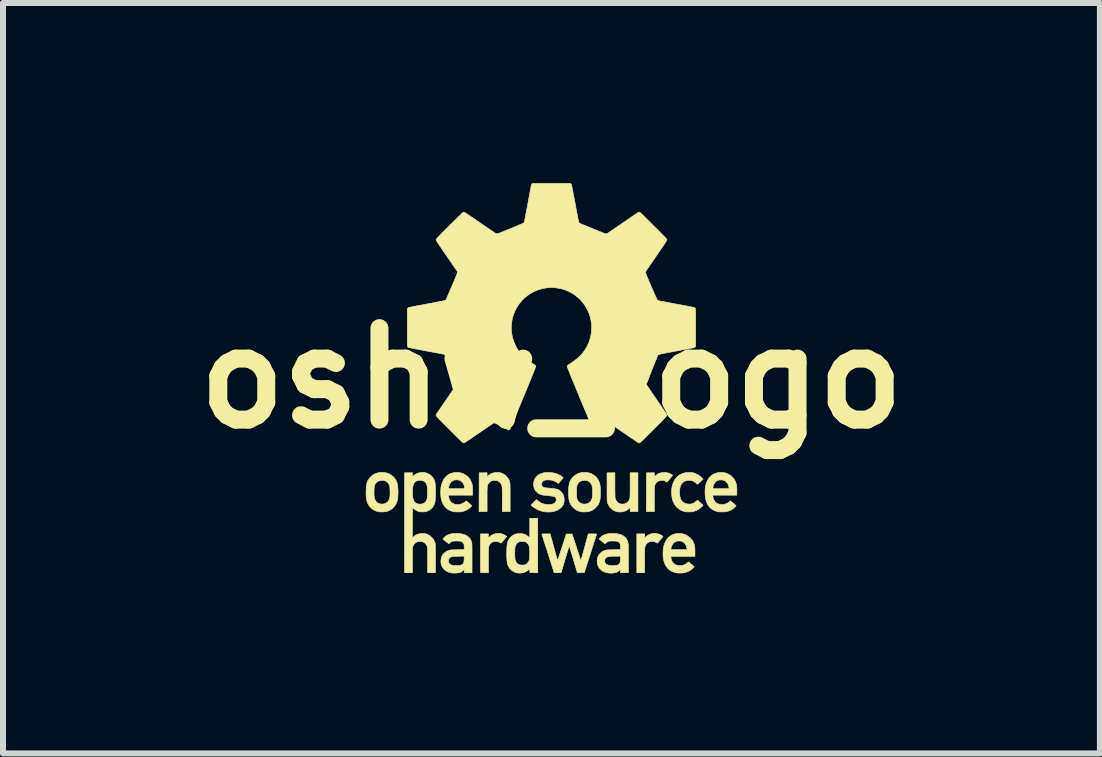
<source format=kicad_pcb>
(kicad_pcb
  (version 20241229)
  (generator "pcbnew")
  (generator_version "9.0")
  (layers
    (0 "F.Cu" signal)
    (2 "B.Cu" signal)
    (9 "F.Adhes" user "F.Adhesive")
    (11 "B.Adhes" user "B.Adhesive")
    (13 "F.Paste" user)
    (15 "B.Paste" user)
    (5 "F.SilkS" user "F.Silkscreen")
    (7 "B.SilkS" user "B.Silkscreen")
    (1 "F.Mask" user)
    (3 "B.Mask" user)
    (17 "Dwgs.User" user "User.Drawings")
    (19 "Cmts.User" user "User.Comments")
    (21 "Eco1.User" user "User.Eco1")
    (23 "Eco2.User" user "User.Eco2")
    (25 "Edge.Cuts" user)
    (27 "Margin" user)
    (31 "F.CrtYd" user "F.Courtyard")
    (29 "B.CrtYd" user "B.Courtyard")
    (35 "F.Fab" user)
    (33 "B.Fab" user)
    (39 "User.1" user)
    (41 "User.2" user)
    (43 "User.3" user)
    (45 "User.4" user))
  (footprint "oshw_logo"
    (layer "F.Cu")
    (at 6.14 3.253)
    (property "Reference" "oshw_logo" (at 0 0 0) (layer "F.SilkS") (effects (font (size 1.524 1.524) (thickness 0.3))))
    (attr through_hole)
    (fp_poly (pts (xy 1.75 2.589) (xy 1.769 2.592) (xy 1.772 2.592) (xy 1.789 2.598) (xy 1.808 2.605) (xy 1.826 2.614) (xy 1.841 2.623) (xy 1.848 2.629) (xy 1.859 2.637) (xy 1.816 2.688) (xy 1.803 2.703) (xy 1.791 2.718) (xy 1.781 2.73) (xy 1.773 2.739) (xy 1.769 2.744) (xy 1.769 2.744) (xy 1.765 2.747) (xy 1.762 2.748) (xy 1.757 2.745) (xy 1.748 2.74) (xy 1.746 2.739) (xy 1.722 2.726) (xy 1.695 2.719) (xy 1.668 2.719) (xy 1.641 2.724) (xy 1.62 2.732) (xy 1.597 2.747) (xy 1.579 2.765) (xy 1.566 2.788) (xy 1.557 2.815) (xy 1.556 2.823) (xy 1.555 2.831) (xy 1.555 2.844) (xy 1.554 2.864) (xy 1.554 2.888) (xy 1.553 2.918) (xy 1.553 2.952) (xy 1.553 2.99) (xy 1.553 3.032) (xy 1.553 3.042) (xy 1.553 3.242) (xy 1.422 3.242) (xy 1.422 2.594) (xy 1.553 2.594) (xy 1.553 2.661) (xy 1.573 2.642) (xy 1.594 2.626) (xy 1.618 2.611) (xy 1.645 2.599) (xy 1.665 2.592) (xy 1.683 2.589) (xy 1.705 2.587) (xy 1.728 2.587) (xy 1.75 2.589)) (stroke (width 0.01) (type solid)) (fill yes) (layer "F.SilkS"))
    (fp_poly (pts (xy 1.906 1.571) (xy 1.942 1.578) (xy 1.976 1.591) (xy 2.009 1.611) (xy 2.019 1.618) (xy 2.017 1.621) (xy 2.012 1.627) (xy 2.004 1.637) (xy 1.995 1.649) (xy 1.983 1.662) (xy 1.971 1.677) (xy 1.959 1.691) (xy 1.948 1.704) (xy 1.938 1.715) (xy 1.93 1.724) (xy 1.925 1.729) (xy 1.924 1.73) (xy 1.92 1.729) (xy 1.912 1.725) (xy 1.906 1.721) (xy 1.888 1.711) (xy 1.871 1.705) (xy 1.852 1.702) (xy 1.831 1.703) (xy 1.802 1.707) (xy 1.777 1.716) (xy 1.756 1.73) (xy 1.739 1.749) (xy 1.726 1.772) (xy 1.719 1.793) (xy 1.718 1.797) (xy 1.717 1.804) (xy 1.717 1.812) (xy 1.716 1.822) (xy 1.716 1.835) (xy 1.715 1.852) (xy 1.715 1.872) (xy 1.715 1.897) (xy 1.715 1.927) (xy 1.715 1.961) (xy 1.715 2.002) (xy 1.714 2.017) (xy 1.714 2.223) (xy 1.581 2.223) (xy 1.582 1.899) (xy 1.583 1.576) (xy 1.649 1.576) (xy 1.714 1.575) (xy 1.714 1.642) (xy 1.734 1.624) (xy 1.762 1.602) (xy 1.792 1.586) (xy 1.825 1.576) (xy 1.861 1.57) (xy 1.868 1.57) (xy 1.906 1.571)) (stroke (width 0.01) (type solid)) (fill yes) (layer "F.SilkS"))
    (fp_poly (pts (xy -0.87 2.587) (xy -0.847 2.589) (xy -0.832 2.592) (xy -0.817 2.597) (xy -0.799 2.605) (xy -0.782 2.613) (xy -0.766 2.622) (xy -0.754 2.63) (xy -0.745 2.637) (xy -0.791 2.691) (xy -0.804 2.707) (xy -0.816 2.721) (xy -0.826 2.733) (xy -0.833 2.742) (xy -0.837 2.747) (xy -0.838 2.747) (xy -0.842 2.747) (xy -0.849 2.744) (xy -0.858 2.739) (xy -0.882 2.727) (xy -0.907 2.72) (xy -0.933 2.719) (xy -0.958 2.722) (xy -0.982 2.73) (xy -1.003 2.743) (xy -1.021 2.76) (xy -1.033 2.777) (xy -1.036 2.784) (xy -1.039 2.79) (xy -1.042 2.796) (xy -1.044 2.804) (xy -1.046 2.812) (xy -1.047 2.822) (xy -1.048 2.834) (xy -1.049 2.849) (xy -1.05 2.867) (xy -1.05 2.889) (xy -1.051 2.915) (xy -1.051 2.946) (xy -1.051 2.982) (xy -1.051 3.024) (xy -1.051 3.038) (xy -1.051 3.242) (xy -1.115 3.242) (xy -1.135 3.242) (xy -1.153 3.241) (xy -1.167 3.241) (xy -1.177 3.24) (xy -1.182 3.24) (xy -1.182 3.24) (xy -1.182 3.236) (xy -1.183 3.227) (xy -1.183 3.212) (xy -1.183 3.192) (xy -1.183 3.168) (xy -1.184 3.139) (xy -1.184 3.106) (xy -1.184 3.07) (xy -1.184 3.031) (xy -1.184 2.99) (xy -1.184 2.947) (xy -1.184 2.916) (xy -1.184 2.594) (xy -1.051 2.594) (xy -1.051 2.661) (xy -1.029 2.641) (xy -1.001 2.619) (xy -0.97 2.603) (xy -0.938 2.592) (xy -0.918 2.589) (xy -0.894 2.587) (xy -0.87 2.587)) (stroke (width 0.01) (type solid)) (fill yes) (layer "F.SilkS"))
    (fp_poly (pts (xy 1.057 1.776) (xy 1.057 1.819) (xy 1.057 1.858) (xy 1.058 1.892) (xy 1.058 1.923) (xy 1.059 1.948) (xy 1.059 1.969) (xy 1.06 1.984) (xy 1.06 1.993) (xy 1.061 1.994) (xy 1.069 2.022) (xy 1.082 2.046) (xy 1.1 2.066) (xy 1.121 2.082) (xy 1.147 2.093) (xy 1.161 2.096) (xy 1.189 2.098) (xy 1.216 2.094) (xy 1.241 2.085) (xy 1.264 2.07) (xy 1.272 2.062) (xy 1.286 2.046) (xy 1.296 2.028) (xy 1.304 2.008) (xy 1.308 1.985) (xy 1.309 1.978) (xy 1.309 1.965) (xy 1.31 1.947) (xy 1.31 1.925) (xy 1.31 1.899) (xy 1.311 1.869) (xy 1.311 1.837) (xy 1.311 1.802) (xy 1.311 1.769) (xy 1.311 1.575) (xy 1.441 1.575) (xy 1.441 2.223) (xy 1.311 2.223) (xy 1.311 2.155) (xy 1.291 2.174) (xy 1.262 2.196) (xy 1.232 2.212) (xy 1.199 2.223) (xy 1.162 2.228) (xy 1.143 2.229) (xy 1.127 2.228) (xy 1.11 2.227) (xy 1.096 2.225) (xy 1.091 2.224) (xy 1.079 2.22) (xy 1.064 2.215) (xy 1.049 2.208) (xy 1.045 2.206) (xy 1.019 2.191) (xy 0.995 2.171) (xy 0.973 2.147) (xy 0.955 2.122) (xy 0.95 2.112) (xy 0.946 2.103) (xy 0.942 2.095) (xy 0.938 2.087) (xy 0.936 2.08) (xy 0.933 2.071) (xy 0.931 2.061) (xy 0.93 2.05) (xy 0.928 2.037) (xy 0.927 2.021) (xy 0.927 2.002) (xy 0.926 1.979) (xy 0.926 1.953) (xy 0.926 1.922) (xy 0.926 1.886) (xy 0.926 1.844) (xy 0.926 1.807) (xy 0.926 1.576) (xy 0.991 1.576) (xy 1.057 1.575) (xy 1.057 1.776)) (stroke (width 0.01) (type solid)) (fill yes) (layer "F.SilkS"))
    (fp_poly (pts (xy -0.891 1.569) (xy -0.855 1.575) (xy -0.82 1.586) (xy -0.788 1.603) (xy -0.76 1.625) (xy -0.736 1.651) (xy -0.716 1.681) (xy -0.709 1.694) (xy -0.706 1.702) (xy -0.702 1.709) (xy -0.7 1.717) (xy -0.697 1.725) (xy -0.695 1.733) (xy -0.694 1.744) (xy -0.692 1.755) (xy -0.691 1.77) (xy -0.69 1.787) (xy -0.69 1.807) (xy -0.689 1.831) (xy -0.689 1.86) (xy -0.689 1.893) (xy -0.689 1.931) (xy -0.689 1.975) (xy -0.689 1.994) (xy -0.689 2.223) (xy -0.819 2.223) (xy -0.819 2.03) (xy -0.819 1.994) (xy -0.819 1.961) (xy -0.82 1.929) (xy -0.82 1.899) (xy -0.82 1.873) (xy -0.821 1.851) (xy -0.821 1.833) (xy -0.822 1.82) (xy -0.822 1.813) (xy -0.829 1.784) (xy -0.841 1.759) (xy -0.857 1.737) (xy -0.878 1.72) (xy -0.891 1.713) (xy -0.899 1.709) (xy -0.907 1.706) (xy -0.915 1.704) (xy -0.926 1.704) (xy -0.94 1.703) (xy -0.946 1.703) (xy -0.963 1.704) (xy -0.974 1.704) (xy -0.983 1.705) (xy -0.991 1.708) (xy -1 1.711) (xy -1.001 1.712) (xy -1.022 1.725) (xy -1.041 1.742) (xy -1.055 1.761) (xy -1.055 1.762) (xy -1.059 1.768) (xy -1.062 1.775) (xy -1.064 1.781) (xy -1.066 1.789) (xy -1.068 1.798) (xy -1.069 1.808) (xy -1.071 1.821) (xy -1.071 1.837) (xy -1.072 1.856) (xy -1.073 1.879) (xy -1.073 1.906) (xy -1.073 1.939) (xy -1.073 1.976) (xy -1.073 2.019) (xy -1.073 2.022) (xy -1.073 2.223) (xy -1.207 2.223) (xy -1.206 1.899) (xy -1.205 1.576) (xy -1.139 1.576) (xy -1.073 1.575) (xy -1.073 1.645) (xy -1.062 1.632) (xy -1.04 1.612) (xy -1.013 1.595) (xy -0.983 1.582) (xy -0.951 1.574) (xy -0.918 1.569) (xy -0.891 1.569)) (stroke (width 0.01) (type solid)) (fill yes) (layer "F.SilkS"))
    (fp_poly (pts (xy 2.315 1.571) (xy 2.332 1.571) (xy 2.345 1.573) (xy 2.358 1.575) (xy 2.367 1.577) (xy 2.404 1.591) (xy 2.441 1.609) (xy 2.476 1.633) (xy 2.508 1.661) (xy 2.509 1.663) (xy 2.528 1.682) (xy 2.431 1.768) (xy 2.409 1.748) (xy 2.385 1.728) (xy 2.36 1.714) (xy 2.334 1.705) (xy 2.305 1.702) (xy 2.297 1.702) (xy 2.263 1.704) (xy 2.234 1.711) (xy 2.209 1.722) (xy 2.187 1.739) (xy 2.182 1.744) (xy 2.166 1.764) (xy 2.154 1.785) (xy 2.145 1.81) (xy 2.139 1.839) (xy 2.135 1.873) (xy 2.135 1.886) (xy 2.135 1.929) (xy 2.139 1.966) (xy 2.148 2) (xy 2.161 2.028) (xy 2.178 2.051) (xy 2.196 2.068) (xy 2.216 2.08) (xy 2.239 2.089) (xy 2.267 2.095) (xy 2.274 2.096) (xy 2.306 2.098) (xy 2.337 2.093) (xy 2.366 2.082) (xy 2.394 2.065) (xy 2.411 2.051) (xy 2.432 2.031) (xy 2.477 2.072) (xy 2.492 2.085) (xy 2.504 2.096) (xy 2.515 2.105) (xy 2.522 2.112) (xy 2.526 2.115) (xy 2.526 2.115) (xy 2.525 2.119) (xy 2.52 2.125) (xy 2.512 2.134) (xy 2.501 2.145) (xy 2.487 2.157) (xy 2.472 2.169) (xy 2.472 2.169) (xy 2.442 2.189) (xy 2.411 2.205) (xy 2.378 2.218) (xy 2.367 2.221) (xy 2.357 2.224) (xy 2.346 2.225) (xy 2.334 2.227) (xy 2.318 2.227) (xy 2.3 2.228) (xy 2.275 2.228) (xy 2.255 2.227) (xy 2.24 2.226) (xy 2.229 2.224) (xy 2.187 2.212) (xy 2.149 2.195) (xy 2.115 2.173) (xy 2.085 2.146) (xy 2.06 2.115) (xy 2.043 2.087) (xy 2.025 2.048) (xy 2.013 2.005) (xy 2.005 1.96) (xy 2.001 1.912) (xy 2.003 1.863) (xy 2.003 1.854) (xy 2.008 1.816) (xy 2.016 1.783) (xy 2.026 1.751) (xy 2.04 1.719) (xy 2.04 1.718) (xy 2.048 1.702) (xy 2.055 1.69) (xy 2.062 1.68) (xy 2.071 1.67) (xy 2.082 1.658) (xy 2.091 1.649) (xy 2.104 1.636) (xy 2.115 1.626) (xy 2.125 1.618) (xy 2.135 1.611) (xy 2.148 1.605) (xy 2.156 1.601) (xy 2.182 1.589) (xy 2.206 1.58) (xy 2.23 1.575) (xy 2.256 1.572) (xy 2.286 1.57) (xy 2.294 1.57) (xy 2.315 1.571)) (stroke (width 0.01) (type solid)) (fill yes) (layer "F.SilkS"))
    (fp_poly (pts (xy 2.175 2.591) (xy 2.213 2.6) (xy 2.248 2.615) (xy 2.281 2.635) (xy 2.31 2.659) (xy 2.336 2.687) (xy 2.357 2.719) (xy 2.371 2.75) (xy 2.377 2.766) (xy 2.382 2.781) (xy 2.385 2.797) (xy 2.388 2.814) (xy 2.389 2.833) (xy 2.39 2.856) (xy 2.391 2.884) (xy 2.391 2.895) (xy 2.391 2.969) (xy 1.991 2.969) (xy 1.991 2.979) (xy 1.992 2.994) (xy 1.996 3.012) (xy 2.001 3.031) (xy 2.007 3.046) (xy 2.008 3.048) (xy 2.024 3.072) (xy 2.044 3.092) (xy 2.068 3.107) (xy 2.095 3.117) (xy 2.126 3.122) (xy 2.143 3.122) (xy 2.177 3.119) (xy 2.21 3.11) (xy 2.241 3.094) (xy 2.266 3.076) (xy 2.285 3.061) (xy 2.326 3.096) (xy 2.344 3.111) (xy 2.357 3.123) (xy 2.367 3.131) (xy 2.373 3.137) (xy 2.375 3.142) (xy 2.376 3.146) (xy 2.373 3.15) (xy 2.369 3.154) (xy 2.363 3.16) (xy 2.362 3.161) (xy 2.336 3.184) (xy 2.305 3.205) (xy 2.271 3.222) (xy 2.237 3.235) (xy 2.216 3.241) (xy 2.201 3.243) (xy 2.182 3.245) (xy 2.161 3.246) (xy 2.139 3.247) (xy 2.119 3.246) (xy 2.102 3.245) (xy 2.097 3.245) (xy 2.056 3.237) (xy 2.019 3.224) (xy 1.985 3.207) (xy 1.955 3.184) (xy 1.945 3.176) (xy 1.923 3.15) (xy 1.903 3.122) (xy 1.888 3.089) (xy 1.875 3.052) (xy 1.865 3.009) (xy 1.865 3.007) (xy 1.862 2.986) (xy 1.86 2.962) (xy 1.859 2.934) (xy 1.859 2.906) (xy 1.86 2.878) (xy 1.862 2.857) (xy 1.99 2.857) (xy 2.261 2.857) (xy 2.259 2.844) (xy 2.252 2.81) (xy 2.241 2.781) (xy 2.227 2.758) (xy 2.208 2.739) (xy 2.186 2.725) (xy 2.164 2.716) (xy 2.143 2.712) (xy 2.12 2.712) (xy 2.097 2.714) (xy 2.077 2.719) (xy 2.069 2.722) (xy 2.046 2.736) (xy 2.026 2.755) (xy 2.01 2.779) (xy 1.999 2.806) (xy 1.992 2.837) (xy 1.992 2.839) (xy 1.99 2.857) (xy 1.862 2.857) (xy 1.862 2.853) (xy 1.865 2.832) (xy 1.875 2.785) (xy 1.89 2.744) (xy 1.908 2.707) (xy 1.931 2.674) (xy 1.957 2.647) (xy 1.988 2.624) (xy 2.021 2.607) (xy 2.059 2.594) (xy 2.096 2.588) (xy 2.136 2.586) (xy 2.175 2.591)) (stroke (width 0.01) (type solid)) (fill yes) (layer "F.SilkS"))
    (fp_poly (pts (xy -0.229 3.242) (xy -0.294 3.241) (xy -0.36 3.24) (xy -0.361 3.209) (xy -0.362 3.178) (xy -0.383 3.195) (xy -0.408 3.213) (xy -0.435 3.227) (xy -0.462 3.238) (xy -0.468 3.24) (xy -0.487 3.244) (xy -0.508 3.246) (xy -0.531 3.247) (xy -0.553 3.246) (xy -0.571 3.244) (xy -0.572 3.244) (xy -0.606 3.233) (xy -0.638 3.218) (xy -0.666 3.198) (xy -0.691 3.174) (xy -0.711 3.146) (xy -0.726 3.115) (xy -0.735 3.087) (xy -0.738 3.067) (xy -0.741 3.042) (xy -0.743 3.013) (xy -0.745 2.981) (xy -0.746 2.947) (xy -0.746 2.912) (xy -0.746 2.911) (xy -0.612 2.911) (xy -0.612 2.936) (xy -0.611 2.96) (xy -0.61 2.983) (xy -0.609 3.002) (xy -0.607 3.016) (xy -0.606 3.023) (xy -0.596 3.051) (xy -0.583 3.073) (xy -0.567 3.091) (xy -0.548 3.103) (xy -0.525 3.111) (xy -0.497 3.114) (xy -0.489 3.114) (xy -0.472 3.114) (xy -0.456 3.112) (xy -0.444 3.11) (xy -0.422 3.1) (xy -0.403 3.086) (xy -0.388 3.066) (xy -0.386 3.063) (xy -0.379 3.05) (xy -0.374 3.038) (xy -0.37 3.025) (xy -0.367 3.011) (xy -0.365 2.993) (xy -0.364 2.973) (xy -0.363 2.947) (xy -0.363 2.93) (xy -0.362 2.893) (xy -0.364 2.86) (xy -0.366 2.833) (xy -0.37 2.81) (xy -0.376 2.79) (xy -0.383 2.774) (xy -0.393 2.76) (xy -0.404 2.747) (xy -0.405 2.747) (xy -0.419 2.735) (xy -0.434 2.727) (xy -0.449 2.722) (xy -0.469 2.72) (xy -0.489 2.72) (xy -0.507 2.72) (xy -0.52 2.721) (xy -0.531 2.724) (xy -0.54 2.727) (xy -0.561 2.738) (xy -0.579 2.755) (xy -0.593 2.777) (xy -0.603 2.804) (xy -0.606 2.812) (xy -0.608 2.824) (xy -0.609 2.841) (xy -0.611 2.862) (xy -0.611 2.885) (xy -0.612 2.911) (xy -0.746 2.911) (xy -0.745 2.877) (xy -0.744 2.844) (xy -0.743 2.813) (xy -0.74 2.785) (xy -0.737 2.761) (xy -0.734 2.742) (xy -0.733 2.742) (xy -0.722 2.709) (xy -0.705 2.678) (xy -0.682 2.651) (xy -0.656 2.627) (xy -0.625 2.608) (xy -0.623 2.607) (xy -0.598 2.597) (xy -0.569 2.591) (xy -0.538 2.588) (xy -0.527 2.587) (xy -0.497 2.589) (xy -0.469 2.594) (xy -0.442 2.604) (xy -0.416 2.618) (xy -0.389 2.637) (xy -0.362 2.658) (xy -0.362 2.334) (xy -0.229 2.334) (xy -0.229 3.242)) (stroke (width 0.01) (type solid)) (fill yes) (layer "F.SilkS"))
    (fp_poly (pts (xy -1.562 1.569) (xy -1.522 1.575) (xy -1.483 1.586) (xy -1.448 1.603) (xy -1.415 1.624) (xy -1.387 1.65) (xy -1.362 1.68) (xy -1.342 1.714) (xy -1.328 1.749) (xy -1.324 1.764) (xy -1.32 1.777) (xy -1.318 1.791) (xy -1.316 1.807) (xy -1.315 1.826) (xy -1.315 1.849) (xy -1.314 1.877) (xy -1.314 1.879) (xy -1.314 1.949) (xy -1.714 1.949) (xy -1.714 1.96) (xy -1.714 1.968) (xy -1.712 1.98) (xy -1.71 1.992) (xy -1.701 2.022) (xy -1.687 2.047) (xy -1.669 2.069) (xy -1.646 2.085) (xy -1.62 2.097) (xy -1.59 2.103) (xy -1.564 2.105) (xy -1.531 2.102) (xy -1.5 2.094) (xy -1.47 2.08) (xy -1.443 2.062) (xy -1.439 2.059) (xy -1.431 2.052) (xy -1.424 2.047) (xy -1.421 2.045) (xy -1.421 2.045) (xy -1.418 2.047) (xy -1.411 2.052) (xy -1.401 2.06) (xy -1.39 2.07) (xy -1.377 2.081) (xy -1.364 2.092) (xy -1.352 2.103) (xy -1.341 2.112) (xy -1.333 2.119) (xy -1.328 2.124) (xy -1.328 2.125) (xy -1.329 2.128) (xy -1.335 2.135) (xy -1.344 2.144) (xy -1.354 2.154) (xy -1.366 2.164) (xy -1.379 2.173) (xy -1.389 2.181) (xy -1.423 2.2) (xy -1.46 2.215) (xy -1.489 2.223) (xy -1.507 2.226) (xy -1.529 2.228) (xy -1.554 2.228) (xy -1.579 2.228) (xy -1.603 2.227) (xy -1.623 2.225) (xy -1.629 2.224) (xy -1.669 2.213) (xy -1.706 2.198) (xy -1.738 2.177) (xy -1.766 2.152) (xy -1.79 2.122) (xy -1.81 2.088) (xy -1.826 2.048) (xy -1.838 2.004) (xy -1.841 1.99) (xy -1.843 1.97) (xy -1.845 1.945) (xy -1.846 1.918) (xy -1.846 1.889) (xy -1.845 1.861) (xy -1.844 1.841) (xy -1.715 1.841) (xy -1.445 1.841) (xy -1.447 1.826) (xy -1.453 1.794) (xy -1.464 1.765) (xy -1.479 1.741) (xy -1.497 1.722) (xy -1.52 1.707) (xy -1.547 1.697) (xy -1.556 1.695) (xy -1.585 1.693) (xy -1.613 1.696) (xy -1.638 1.705) (xy -1.66 1.719) (xy -1.679 1.738) (xy -1.695 1.761) (xy -1.706 1.788) (xy -1.713 1.818) (xy -1.713 1.822) (xy -1.715 1.841) (xy -1.844 1.841) (xy -1.843 1.836) (xy -1.841 1.814) (xy -1.84 1.811) (xy -1.832 1.777) (xy -1.822 1.743) (xy -1.809 1.712) (xy -1.8 1.694) (xy -1.788 1.676) (xy -1.773 1.657) (xy -1.756 1.638) (xy -1.737 1.621) (xy -1.72 1.608) (xy -1.713 1.604) (xy -1.681 1.588) (xy -1.644 1.577) (xy -1.606 1.57) (xy -1.567 1.569) (xy -1.562 1.569)) (stroke (width 0.01) (type solid)) (fill yes) (layer "F.SilkS"))
    (fp_poly (pts (xy 2.85 1.57) (xy 2.889 1.576) (xy 2.908 1.582) (xy 2.947 1.597) (xy 2.981 1.618) (xy 3.011 1.643) (xy 3.037 1.672) (xy 3.058 1.706) (xy 3.074 1.743) (xy 3.081 1.767) (xy 3.084 1.777) (xy 3.086 1.787) (xy 3.087 1.796) (xy 3.088 1.807) (xy 3.089 1.82) (xy 3.089 1.836) (xy 3.089 1.857) (xy 3.089 1.874) (xy 3.089 1.949) (xy 2.689 1.949) (xy 2.689 1.958) (xy 2.69 1.965) (xy 2.692 1.975) (xy 2.694 1.988) (xy 2.694 1.99) (xy 2.703 2.02) (xy 2.717 2.046) (xy 2.735 2.068) (xy 2.757 2.084) (xy 2.783 2.096) (xy 2.813 2.103) (xy 2.84 2.105) (xy 2.871 2.102) (xy 2.902 2.094) (xy 2.931 2.082) (xy 2.957 2.065) (xy 2.965 2.059) (xy 2.973 2.052) (xy 2.98 2.047) (xy 2.983 2.045) (xy 2.986 2.047) (xy 2.993 2.052) (xy 3.003 2.06) (xy 3.015 2.07) (xy 3.028 2.081) (xy 3.041 2.093) (xy 3.053 2.103) (xy 3.064 2.113) (xy 3.072 2.121) (xy 3.076 2.125) (xy 3.077 2.126) (xy 3.074 2.13) (xy 3.068 2.137) (xy 3.059 2.146) (xy 3.048 2.156) (xy 3.036 2.166) (xy 3.025 2.174) (xy 3.02 2.178) (xy 2.984 2.199) (xy 2.945 2.215) (xy 2.935 2.218) (xy 2.923 2.221) (xy 2.913 2.224) (xy 2.903 2.225) (xy 2.89 2.226) (xy 2.875 2.227) (xy 2.854 2.228) (xy 2.851 2.228) (xy 2.827 2.228) (xy 2.807 2.228) (xy 2.792 2.227) (xy 2.78 2.225) (xy 2.774 2.224) (xy 2.733 2.212) (xy 2.696 2.196) (xy 2.663 2.175) (xy 2.635 2.149) (xy 2.612 2.119) (xy 2.592 2.085) (xy 2.578 2.046) (xy 2.567 2.002) (xy 2.561 1.954) (xy 2.559 1.902) (xy 2.56 1.854) (xy 2.562 1.841) (xy 2.688 1.841) (xy 2.96 1.841) (xy 2.958 1.825) (xy 2.954 1.804) (xy 2.948 1.783) (xy 2.941 1.764) (xy 2.939 1.761) (xy 2.931 1.748) (xy 2.919 1.734) (xy 2.906 1.721) (xy 2.893 1.711) (xy 2.891 1.71) (xy 2.869 1.7) (xy 2.843 1.695) (xy 2.816 1.694) (xy 2.789 1.698) (xy 2.779 1.7) (xy 2.756 1.71) (xy 2.736 1.726) (xy 2.719 1.746) (xy 2.705 1.771) (xy 2.695 1.799) (xy 2.691 1.823) (xy 2.688 1.841) (xy 2.562 1.841) (xy 2.565 1.811) (xy 2.573 1.772) (xy 2.584 1.737) (xy 2.599 1.704) (xy 2.618 1.672) (xy 2.621 1.668) (xy 2.645 1.64) (xy 2.673 1.616) (xy 2.704 1.597) (xy 2.738 1.583) (xy 2.774 1.573) (xy 2.812 1.569) (xy 2.85 1.57)) (stroke (width 0.01) (type solid)) (fill yes) (layer "F.SilkS"))
    (fp_poly (pts (xy -2.796 1.57) (xy -2.757 1.576) (xy -2.72 1.587) (xy -2.687 1.603) (xy -2.656 1.626) (xy -2.635 1.644) (xy -2.616 1.665) (xy -2.601 1.685) (xy -2.589 1.706) (xy -2.579 1.728) (xy -2.571 1.753) (xy -2.565 1.782) (xy -2.561 1.815) (xy -2.559 1.847) (xy -2.557 1.877) (xy -2.557 1.91) (xy -2.558 1.942) (xy -2.56 1.973) (xy -2.562 2.001) (xy -2.566 2.025) (xy -2.567 2.028) (xy -2.578 2.066) (xy -2.594 2.102) (xy -2.616 2.134) (xy -2.644 2.164) (xy -2.656 2.174) (xy -2.669 2.184) (xy -2.687 2.195) (xy -2.707 2.205) (xy -2.727 2.214) (xy -2.745 2.221) (xy -2.748 2.221) (xy -2.762 2.224) (xy -2.781 2.226) (xy -2.802 2.227) (xy -2.825 2.228) (xy -2.848 2.228) (xy -2.868 2.226) (xy -2.884 2.224) (xy -2.887 2.224) (xy -2.925 2.213) (xy -2.959 2.196) (xy -2.99 2.175) (xy -3.004 2.163) (xy -3.028 2.138) (xy -3.048 2.112) (xy -3.063 2.084) (xy -3.074 2.053) (xy -3.082 2.018) (xy -3.086 1.99) (xy -3.088 1.974) (xy -3.089 1.954) (xy -3.089 1.93) (xy -3.089 1.905) (xy -3.089 1.897) (xy -2.957 1.897) (xy -2.957 1.926) (xy -2.957 1.949) (xy -2.955 1.968) (xy -2.954 1.984) (xy -2.951 1.997) (xy -2.948 2.009) (xy -2.943 2.021) (xy -2.938 2.031) (xy -2.925 2.053) (xy -2.909 2.07) (xy -2.888 2.083) (xy -2.863 2.093) (xy -2.856 2.094) (xy -2.838 2.097) (xy -2.818 2.097) (xy -2.796 2.095) (xy -2.777 2.09) (xy -2.774 2.089) (xy -2.75 2.077) (xy -2.73 2.061) (xy -2.714 2.041) (xy -2.703 2.017) (xy -2.695 1.987) (xy -2.692 1.969) (xy -2.691 1.954) (xy -2.69 1.935) (xy -2.69 1.912) (xy -2.69 1.889) (xy -2.691 1.866) (xy -2.692 1.844) (xy -2.693 1.824) (xy -2.695 1.809) (xy -2.696 1.8) (xy -2.706 1.772) (xy -2.721 1.748) (xy -2.739 1.729) (xy -2.761 1.715) (xy -2.787 1.706) (xy -2.816 1.702) (xy -2.834 1.703) (xy -2.862 1.707) (xy -2.886 1.715) (xy -2.907 1.729) (xy -2.912 1.733) (xy -2.924 1.745) (xy -2.934 1.758) (xy -2.942 1.771) (xy -2.948 1.787) (xy -2.952 1.805) (xy -2.955 1.827) (xy -2.956 1.853) (xy -2.957 1.885) (xy -2.957 1.897) (xy -3.089 1.897) (xy -3.089 1.878) (xy -3.088 1.852) (xy -3.087 1.828) (xy -3.085 1.805) (xy -3.084 1.787) (xy -3.082 1.774) (xy -3.081 1.772) (xy -3.072 1.737) (xy -3.059 1.706) (xy -3.042 1.679) (xy -3.02 1.652) (xy -3.01 1.641) (xy -2.981 1.617) (xy -2.95 1.597) (xy -2.917 1.583) (xy -2.88 1.574) (xy -2.84 1.57) (xy -2.838 1.569) (xy -2.796 1.57)) (stroke (width 0.01) (type solid)) (fill yes) (layer "F.SilkS"))
    (fp_poly (pts (xy 0.565 1.569) (xy 0.593 1.572) (xy 0.617 1.576) (xy 0.639 1.582) (xy 0.661 1.591) (xy 0.672 1.595) (xy 0.704 1.614) (xy 0.734 1.638) (xy 0.759 1.666) (xy 0.78 1.697) (xy 0.796 1.731) (xy 0.803 1.754) (xy 0.808 1.773) (xy 0.811 1.794) (xy 0.813 1.817) (xy 0.815 1.842) (xy 0.816 1.871) (xy 0.815 1.905) (xy 0.815 1.922) (xy 0.814 1.952) (xy 0.813 1.977) (xy 0.812 1.998) (xy 0.81 2.015) (xy 0.807 2.031) (xy 0.803 2.045) (xy 0.799 2.06) (xy 0.796 2.069) (xy 0.787 2.09) (xy 0.776 2.11) (xy 0.761 2.129) (xy 0.743 2.149) (xy 0.737 2.156) (xy 0.712 2.178) (xy 0.687 2.196) (xy 0.66 2.209) (xy 0.632 2.219) (xy 0.617 2.223) (xy 0.598 2.225) (xy 0.576 2.227) (xy 0.552 2.228) (xy 0.53 2.228) (xy 0.51 2.227) (xy 0.493 2.225) (xy 0.489 2.224) (xy 0.449 2.212) (xy 0.413 2.195) (xy 0.381 2.172) (xy 0.352 2.145) (xy 0.326 2.111) (xy 0.324 2.107) (xy 0.314 2.09) (xy 0.305 2.068) (xy 0.297 2.043) (xy 0.292 2.022) (xy 0.289 2.002) (xy 0.287 1.977) (xy 0.285 1.949) (xy 0.284 1.919) (xy 0.284 1.902) (xy 0.418 1.902) (xy 0.418 1.931) (xy 0.418 1.954) (xy 0.419 1.974) (xy 0.421 1.989) (xy 0.424 2.002) (xy 0.427 2.014) (xy 0.432 2.025) (xy 0.437 2.036) (xy 0.452 2.056) (xy 0.471 2.073) (xy 0.494 2.086) (xy 0.519 2.095) (xy 0.546 2.098) (xy 0.573 2.096) (xy 0.578 2.095) (xy 0.604 2.087) (xy 0.627 2.075) (xy 0.64 2.066) (xy 0.651 2.054) (xy 0.661 2.038) (xy 0.67 2.02) (xy 0.677 2.001) (xy 0.679 1.992) (xy 0.682 1.972) (xy 0.684 1.949) (xy 0.685 1.922) (xy 0.685 1.895) (xy 0.684 1.868) (xy 0.683 1.841) (xy 0.68 1.818) (xy 0.677 1.799) (xy 0.675 1.789) (xy 0.666 1.768) (xy 0.653 1.748) (xy 0.637 1.731) (xy 0.631 1.726) (xy 0.609 1.713) (xy 0.583 1.705) (xy 0.556 1.702) (xy 0.528 1.704) (xy 0.501 1.71) (xy 0.476 1.721) (xy 0.473 1.724) (xy 0.459 1.734) (xy 0.447 1.748) (xy 0.436 1.766) (xy 0.434 1.77) (xy 0.429 1.781) (xy 0.425 1.791) (xy 0.422 1.803) (xy 0.42 1.816) (xy 0.419 1.833) (xy 0.418 1.853) (xy 0.418 1.877) (xy 0.418 1.902) (xy 0.284 1.902) (xy 0.284 1.889) (xy 0.285 1.86) (xy 0.285 1.847) (xy 0.288 1.809) (xy 0.293 1.777) (xy 0.299 1.749) (xy 0.307 1.724) (xy 0.317 1.702) (xy 0.33 1.681) (xy 0.346 1.661) (xy 0.362 1.644) (xy 0.392 1.618) (xy 0.424 1.598) (xy 0.458 1.583) (xy 0.496 1.573) (xy 0.536 1.569) (xy 0.565 1.569)) (stroke (width 0.01) (type solid)) (fill yes) (layer "F.SilkS"))
    (fp_poly (pts (xy -0.024 1.57) (xy 0.025 1.576) (xy 0.071 1.587) (xy 0.115 1.604) (xy 0.119 1.606) (xy 0.133 1.614) (xy 0.148 1.622) (xy 0.162 1.631) (xy 0.175 1.64) (xy 0.186 1.647) (xy 0.193 1.653) (xy 0.195 1.657) (xy 0.193 1.66) (xy 0.188 1.667) (xy 0.18 1.678) (xy 0.169 1.691) (xy 0.157 1.705) (xy 0.156 1.706) (xy 0.117 1.753) (xy 0.107 1.747) (xy 0.079 1.73) (xy 0.054 1.717) (xy 0.032 1.708) (xy 0.01 1.701) (xy -0.012 1.697) (xy -0.035 1.695) (xy -0.057 1.694) (xy -0.076 1.695) (xy -0.089 1.695) (xy -0.1 1.697) (xy -0.11 1.699) (xy -0.116 1.701) (xy -0.136 1.711) (xy -0.151 1.724) (xy -0.161 1.741) (xy -0.165 1.76) (xy -0.164 1.771) (xy -0.163 1.782) (xy -0.161 1.79) (xy -0.157 1.797) (xy -0.153 1.802) (xy -0.146 1.808) (xy -0.138 1.814) (xy -0.13 1.818) (xy -0.119 1.822) (xy -0.106 1.824) (xy -0.09 1.827) (xy -0.068 1.829) (xy -0.042 1.831) (xy -0.03 1.832) (xy 0.003 1.835) (xy 0.03 1.838) (xy 0.053 1.841) (xy 0.072 1.845) (xy 0.088 1.849) (xy 0.103 1.854) (xy 0.117 1.859) (xy 0.121 1.861) (xy 0.145 1.877) (xy 0.167 1.898) (xy 0.185 1.922) (xy 0.199 1.95) (xy 0.207 1.975) (xy 0.209 1.991) (xy 0.211 2.01) (xy 0.211 2.03) (xy 0.21 2.051) (xy 0.208 2.068) (xy 0.205 2.082) (xy 0.205 2.083) (xy 0.196 2.105) (xy 0.186 2.124) (xy 0.173 2.141) (xy 0.159 2.156) (xy 0.131 2.179) (xy 0.099 2.198) (xy 0.062 2.213) (xy 0.021 2.223) (xy 0.016 2.224) (xy -0.004 2.227) (xy -0.029 2.228) (xy -0.056 2.229) (xy -0.083 2.228) (xy -0.107 2.226) (xy -0.129 2.224) (xy -0.134 2.223) (xy -0.18 2.21) (xy -0.224 2.193) (xy -0.266 2.171) (xy -0.304 2.145) (xy -0.323 2.129) (xy -0.34 2.114) (xy -0.295 2.068) (xy -0.25 2.023) (xy -0.223 2.045) (xy -0.193 2.066) (xy -0.163 2.083) (xy -0.132 2.094) (xy -0.098 2.101) (xy -0.063 2.104) (xy -0.028 2.104) (xy 0.002 2.101) (xy 0.026 2.094) (xy 0.047 2.084) (xy 0.062 2.07) (xy 0.073 2.054) (xy 0.078 2.039) (xy 0.079 2.023) (xy 0.077 2.006) (xy 0.075 1.999) (xy 0.067 1.988) (xy 0.055 1.977) (xy 0.04 1.97) (xy 0.038 1.969) (xy 0.032 1.968) (xy 0.021 1.966) (xy 0.005 1.964) (xy -0.014 1.962) (xy -0.036 1.959) (xy -0.055 1.957) (xy -0.083 1.954) (xy -0.108 1.952) (xy -0.13 1.949) (xy -0.148 1.946) (xy -0.16 1.943) (xy -0.162 1.943) (xy -0.195 1.931) (xy -0.225 1.914) (xy -0.249 1.893) (xy -0.269 1.869) (xy -0.284 1.84) (xy -0.294 1.809) (xy -0.298 1.775) (xy -0.298 1.767) (xy -0.295 1.732) (xy -0.287 1.7) (xy -0.273 1.67) (xy -0.254 1.644) (xy -0.251 1.641) (xy -0.227 1.618) (xy -0.198 1.6) (xy -0.166 1.586) (xy -0.129 1.576) (xy -0.088 1.57) (xy -0.075 1.57) (xy -0.024 1.57)) (stroke (width 0.01) (type solid)) (fill yes) (layer "F.SilkS"))
    (fp_poly (pts (xy -1.544 2.589) (xy -1.503 2.593) (xy -1.466 2.601) (xy -1.434 2.613) (xy -1.406 2.628) (xy -1.382 2.646) (xy -1.372 2.656) (xy -1.355 2.677) (xy -1.342 2.701) (xy -1.332 2.729) (xy -1.33 2.736) (xy -1.329 2.741) (xy -1.328 2.746) (xy -1.327 2.751) (xy -1.326 2.758) (xy -1.326 2.766) (xy -1.325 2.777) (xy -1.325 2.79) (xy -1.325 2.806) (xy -1.324 2.825) (xy -1.324 2.848) (xy -1.324 2.876) (xy -1.324 2.908) (xy -1.324 2.946) (xy -1.324 2.99) (xy -1.324 3.001) (xy -1.324 3.242) (xy -1.454 3.242) (xy -1.454 3.184) (xy -1.47 3.202) (xy -1.486 3.216) (xy -1.503 3.227) (xy -1.523 3.236) (xy -1.547 3.242) (xy -1.576 3.245) (xy -1.602 3.247) (xy -1.629 3.247) (xy -1.651 3.246) (xy -1.669 3.244) (xy -1.671 3.243) (xy -1.707 3.234) (xy -1.74 3.22) (xy -1.769 3.201) (xy -1.794 3.179) (xy -1.814 3.154) (xy -1.824 3.136) (xy -1.833 3.113) (xy -1.839 3.092) (xy -1.842 3.069) (xy -1.843 3.048) (xy -1.842 3.043) (xy -1.718 3.043) (xy -1.716 3.062) (xy -1.71 3.077) (xy -1.7 3.091) (xy -1.697 3.093) (xy -1.68 3.106) (xy -1.657 3.115) (xy -1.63 3.121) (xy -1.598 3.123) (xy -1.561 3.123) (xy -1.543 3.121) (xy -1.517 3.117) (xy -1.496 3.109) (xy -1.48 3.099) (xy -1.468 3.085) (xy -1.46 3.068) (xy -1.46 3.067) (xy -1.459 3.06) (xy -1.458 3.048) (xy -1.456 3.032) (xy -1.455 3.015) (xy -1.455 3.01) (xy -1.453 2.965) (xy -1.548 2.966) (xy -1.576 2.967) (xy -1.598 2.967) (xy -1.616 2.968) (xy -1.63 2.969) (xy -1.64 2.97) (xy -1.649 2.971) (xy -1.656 2.972) (xy -1.662 2.974) (xy -1.663 2.974) (xy -1.684 2.984) (xy -1.701 2.996) (xy -1.711 3.011) (xy -1.717 3.03) (xy -1.718 3.043) (xy -1.842 3.043) (xy -1.84 3.014) (xy -1.833 2.984) (xy -1.821 2.957) (xy -1.803 2.931) (xy -1.789 2.916) (xy -1.767 2.897) (xy -1.744 2.882) (xy -1.718 2.871) (xy -1.705 2.867) (xy -1.698 2.865) (xy -1.692 2.863) (xy -1.685 2.862) (xy -1.676 2.861) (xy -1.665 2.86) (xy -1.652 2.86) (xy -1.634 2.859) (xy -1.613 2.859) (xy -1.586 2.859) (xy -1.568 2.858) (xy -1.454 2.857) (xy -1.454 2.821) (xy -1.454 2.804) (xy -1.455 2.788) (xy -1.457 2.775) (xy -1.458 2.769) (xy -1.465 2.751) (xy -1.477 2.736) (xy -1.495 2.724) (xy -1.503 2.721) (xy -1.511 2.718) (xy -1.518 2.716) (xy -1.525 2.715) (xy -1.535 2.714) (xy -1.548 2.713) (xy -1.565 2.713) (xy -1.581 2.713) (xy -1.607 2.713) (xy -1.627 2.714) (xy -1.644 2.716) (xy -1.657 2.719) (xy -1.667 2.723) (xy -1.677 2.729) (xy -1.686 2.737) (xy -1.692 2.742) (xy -1.709 2.759) (xy -1.758 2.722) (xy -1.774 2.71) (xy -1.787 2.699) (xy -1.798 2.69) (xy -1.806 2.684) (xy -1.809 2.681) (xy -1.809 2.681) (xy -1.807 2.677) (xy -1.802 2.67) (xy -1.794 2.661) (xy -1.786 2.653) (xy -1.772 2.639) (xy -1.758 2.629) (xy -1.742 2.619) (xy -1.733 2.615) (xy -1.711 2.605) (xy -1.69 2.598) (xy -1.667 2.593) (xy -1.642 2.589) (xy -1.613 2.588) (xy -1.59 2.587) (xy -1.544 2.589)) (stroke (width 0.01) (type solid)) (fill yes) (layer "F.SilkS"))
    (fp_poly (pts (xy 1.021 2.587) (xy 1.045 2.588) (xy 1.069 2.589) (xy 1.09 2.591) (xy 1.107 2.594) (xy 1.108 2.594) (xy 1.147 2.604) (xy 1.181 2.619) (xy 1.21 2.636) (xy 1.234 2.658) (xy 1.253 2.684) (xy 1.267 2.714) (xy 1.274 2.734) (xy 1.275 2.739) (xy 1.276 2.744) (xy 1.277 2.749) (xy 1.278 2.755) (xy 1.279 2.762) (xy 1.28 2.771) (xy 1.28 2.782) (xy 1.28 2.795) (xy 1.281 2.812) (xy 1.281 2.832) (xy 1.281 2.857) (xy 1.281 2.885) (xy 1.281 2.919) (xy 1.281 2.958) (xy 1.281 3) (xy 1.281 3.24) (xy 1.151 3.24) (xy 1.15 3.212) (xy 1.149 3.184) (xy 1.139 3.196) (xy 1.127 3.209) (xy 1.11 3.221) (xy 1.093 3.231) (xy 1.078 3.237) (xy 1.051 3.243) (xy 1.019 3.247) (xy 0.986 3.248) (xy 0.954 3.246) (xy 0.94 3.244) (xy 0.904 3.236) (xy 0.871 3.224) (xy 0.841 3.206) (xy 0.816 3.185) (xy 0.794 3.159) (xy 0.778 3.131) (xy 0.767 3.1) (xy 0.764 3.083) (xy 0.762 3.062) (xy 0.762 3.043) (xy 0.886 3.043) (xy 0.889 3.064) (xy 0.897 3.082) (xy 0.911 3.097) (xy 0.93 3.109) (xy 0.954 3.117) (xy 0.973 3.121) (xy 0.986 3.122) (xy 1.003 3.123) (xy 1.023 3.123) (xy 1.043 3.122) (xy 1.063 3.12) (xy 1.079 3.118) (xy 1.091 3.116) (xy 1.11 3.109) (xy 1.125 3.099) (xy 1.136 3.084) (xy 1.139 3.077) (xy 1.143 3.069) (xy 1.145 3.062) (xy 1.146 3.053) (xy 1.148 3.042) (xy 1.148 3.027) (xy 1.149 3.012) (xy 1.15 2.965) (xy 1.078 2.966) (xy 1.042 2.966) (xy 1.013 2.966) (xy 0.988 2.968) (xy 0.969 2.969) (xy 0.953 2.972) (xy 0.94 2.975) (xy 0.931 2.978) (xy 0.912 2.99) (xy 0.898 3.004) (xy 0.889 3.022) (xy 0.886 3.043) (xy 0.886 3.043) (xy 0.762 3.043) (xy 0.762 3.04) (xy 0.764 3.018) (xy 0.767 3.001) (xy 0.767 2.999) (xy 0.778 2.967) (xy 0.795 2.938) (xy 0.816 2.913) (xy 0.842 2.893) (xy 0.873 2.876) (xy 0.905 2.865) (xy 0.912 2.864) (xy 0.92 2.862) (xy 0.93 2.861) (xy 0.943 2.86) (xy 0.959 2.86) (xy 0.98 2.859) (xy 1.005 2.859) (xy 1.036 2.858) (xy 1.037 2.858) (xy 1.149 2.857) (xy 1.149 2.817) (xy 1.149 2.795) (xy 1.148 2.778) (xy 1.146 2.765) (xy 1.142 2.755) (xy 1.136 2.746) (xy 1.129 2.738) (xy 1.129 2.738) (xy 1.12 2.73) (xy 1.11 2.724) (xy 1.099 2.72) (xy 1.085 2.716) (xy 1.068 2.714) (xy 1.047 2.713) (xy 1.02 2.713) (xy 1.019 2.713) (xy 0.998 2.713) (xy 0.983 2.713) (xy 0.972 2.714) (xy 0.963 2.715) (xy 0.956 2.716) (xy 0.95 2.718) (xy 0.943 2.721) (xy 0.94 2.722) (xy 0.921 2.734) (xy 0.908 2.746) (xy 0.896 2.76) (xy 0.845 2.721) (xy 0.827 2.707) (xy 0.814 2.697) (xy 0.805 2.689) (xy 0.799 2.684) (xy 0.797 2.68) (xy 0.797 2.677) (xy 0.797 2.677) (xy 0.802 2.67) (xy 0.811 2.66) (xy 0.821 2.65) (xy 0.833 2.639) (xy 0.843 2.631) (xy 0.846 2.629) (xy 0.875 2.612) (xy 0.908 2.6) (xy 0.945 2.591) (xy 0.978 2.588) (xy 0.998 2.587) (xy 1.021 2.587)) (stroke (width 0.01) (type solid)) (fill yes) (layer "F.SilkS"))
    (fp_poly (pts (xy -0.019 2.606) (xy -0.018 2.611) (xy -0.015 2.622) (xy -0.01 2.637) (xy -0.005 2.657) (xy 0.002 2.682) (xy 0.01 2.709) (xy 0.018 2.74) (xy 0.027 2.773) (xy 0.037 2.808) (xy 0.043 2.831) (xy 0.055 2.875) (xy 0.066 2.914) (xy 0.075 2.947) (xy 0.083 2.975) (xy 0.089 2.997) (xy 0.095 3.014) (xy 0.099 3.026) (xy 0.101 3.034) (xy 0.103 3.037) (xy 0.104 3.037) (xy 0.105 3.033) (xy 0.108 3.023) (xy 0.113 3.009) (xy 0.119 2.99) (xy 0.127 2.966) (xy 0.135 2.94) (xy 0.145 2.91) (xy 0.156 2.877) (xy 0.167 2.843) (xy 0.177 2.813) (xy 0.247 2.596) (xy 0.344 2.596) (xy 0.416 2.816) (xy 0.428 2.852) (xy 0.439 2.887) (xy 0.449 2.919) (xy 0.459 2.948) (xy 0.467 2.974) (xy 0.475 2.997) (xy 0.481 3.015) (xy 0.485 3.029) (xy 0.488 3.038) (xy 0.489 3.041) (xy 0.49 3.038) (xy 0.493 3.03) (xy 0.497 3.017) (xy 0.502 3) (xy 0.508 2.978) (xy 0.515 2.953) (xy 0.523 2.924) (xy 0.532 2.893) (xy 0.541 2.86) (xy 0.543 2.853) (xy 0.552 2.819) (xy 0.561 2.785) (xy 0.57 2.752) (xy 0.578 2.722) (xy 0.586 2.695) (xy 0.592 2.671) (xy 0.598 2.652) (xy 0.602 2.637) (xy 0.604 2.628) (xy 0.614 2.594) (xy 0.683 2.594) (xy 0.703 2.594) (xy 0.721 2.594) (xy 0.736 2.595) (xy 0.746 2.595) (xy 0.752 2.596) (xy 0.752 2.596) (xy 0.751 2.6) (xy 0.749 2.609) (xy 0.744 2.623) (xy 0.738 2.642) (xy 0.731 2.665) (xy 0.722 2.693) (xy 0.712 2.724) (xy 0.701 2.759) (xy 0.689 2.796) (xy 0.676 2.836) (xy 0.663 2.878) (xy 0.65 2.919) (xy 0.547 3.24) (xy 0.431 3.24) (xy 0.364 3.016) (xy 0.353 2.979) (xy 0.343 2.945) (xy 0.333 2.913) (xy 0.324 2.884) (xy 0.316 2.858) (xy 0.309 2.835) (xy 0.303 2.817) (xy 0.299 2.804) (xy 0.296 2.796) (xy 0.295 2.793) (xy 0.294 2.797) (xy 0.291 2.806) (xy 0.287 2.82) (xy 0.281 2.838) (xy 0.274 2.861) (xy 0.266 2.888) (xy 0.257 2.917) (xy 0.248 2.949) (xy 0.237 2.984) (xy 0.229 3.011) (xy 0.218 3.047) (xy 0.208 3.082) (xy 0.199 3.114) (xy 0.19 3.143) (xy 0.182 3.169) (xy 0.175 3.192) (xy 0.17 3.21) (xy 0.165 3.224) (xy 0.163 3.232) (xy 0.162 3.235) (xy 0.161 3.237) (xy 0.159 3.239) (xy 0.155 3.24) (xy 0.149 3.241) (xy 0.14 3.241) (xy 0.126 3.242) (xy 0.107 3.242) (xy 0.102 3.242) (xy 0.045 3.242) (xy 0.036 3.216) (xy 0.033 3.204) (xy 0.028 3.188) (xy 0.021 3.168) (xy 0.014 3.144) (xy 0.005 3.116) (xy -0.005 3.086) (xy -0.015 3.053) (xy -0.027 3.018) (xy -0.038 2.982) (xy -0.05 2.944) (xy -0.062 2.907) (xy -0.074 2.869) (xy -0.086 2.832) (xy -0.098 2.796) (xy -0.109 2.761) (xy -0.119 2.729) (xy -0.129 2.699) (xy -0.137 2.672) (xy -0.145 2.648) (xy -0.151 2.629) (xy -0.156 2.614) (xy -0.159 2.603) (xy -0.161 2.599) (xy -0.161 2.599) (xy -0.161 2.597) (xy -0.158 2.596) (xy -0.153 2.595) (xy -0.144 2.594) (xy -0.13 2.594) (xy -0.112 2.594) (xy -0.093 2.594) (xy -0.022 2.594) (xy -0.019 2.606)) (stroke (width 0.01) (type solid)) (fill yes) (layer "F.SilkS"))
    (fp_poly (pts (xy -2.099 1.575) (xy -2.065 1.586) (xy -2.033 1.603) (xy -2.029 1.605) (xy -2.003 1.626) (xy -1.98 1.651) (xy -1.961 1.68) (xy -1.948 1.71) (xy -1.941 1.734) (xy -1.939 1.752) (xy -1.936 1.775) (xy -1.935 1.803) (xy -1.933 1.833) (xy -1.933 1.866) (xy -1.932 1.9) (xy -1.933 1.933) (xy -1.933 1.966) (xy -1.935 1.997) (xy -1.936 2.024) (xy -1.939 2.047) (xy -1.941 2.065) (xy -1.942 2.065) (xy -1.951 2.098) (xy -1.965 2.126) (xy -1.985 2.153) (xy -1.991 2.16) (xy -2.012 2.18) (xy -2.032 2.196) (xy -2.055 2.209) (xy -2.074 2.217) (xy -2.084 2.221) (xy -2.093 2.224) (xy -2.101 2.225) (xy -2.111 2.226) (xy -2.123 2.227) (xy -2.139 2.227) (xy -2.149 2.227) (xy -2.169 2.227) (xy -2.183 2.227) (xy -2.194 2.226) (xy -2.202 2.225) (xy -2.21 2.222) (xy -2.219 2.219) (xy -2.22 2.219) (xy -2.25 2.205) (xy -2.28 2.186) (xy -2.297 2.172) (xy -2.318 2.156) (xy -2.318 2.658) (xy -2.295 2.639) (xy -2.265 2.617) (xy -2.233 2.602) (xy -2.199 2.592) (xy -2.162 2.587) (xy -2.151 2.587) (xy -2.115 2.589) (xy -2.081 2.597) (xy -2.05 2.611) (xy -2.021 2.63) (xy -1.997 2.651) (xy -1.983 2.665) (xy -1.973 2.676) (xy -1.966 2.688) (xy -1.959 2.7) (xy -1.957 2.705) (xy -1.952 2.714) (xy -1.949 2.722) (xy -1.946 2.729) (xy -1.943 2.737) (xy -1.941 2.745) (xy -1.939 2.755) (xy -1.937 2.766) (xy -1.936 2.779) (xy -1.935 2.795) (xy -1.935 2.814) (xy -1.934 2.836) (xy -1.934 2.863) (xy -1.934 2.894) (xy -1.934 2.93) (xy -1.934 2.971) (xy -1.934 3.01) (xy -1.934 3.242) (xy -2.063 3.242) (xy -2.064 3.031) (xy -2.065 2.988) (xy -2.065 2.951) (xy -2.065 2.919) (xy -2.065 2.891) (xy -2.066 2.869) (xy -2.067 2.85) (xy -2.067 2.834) (xy -2.068 2.821) (xy -2.07 2.811) (xy -2.072 2.803) (xy -2.074 2.796) (xy -2.076 2.79) (xy -2.079 2.784) (xy -2.083 2.779) (xy -2.087 2.772) (xy -2.088 2.771) (xy -2.102 2.754) (xy -2.117 2.74) (xy -2.136 2.73) (xy -2.141 2.728) (xy -2.162 2.722) (xy -2.185 2.719) (xy -2.21 2.72) (xy -2.232 2.724) (xy -2.239 2.727) (xy -2.257 2.737) (xy -2.275 2.751) (xy -2.291 2.767) (xy -2.3 2.781) (xy -2.303 2.787) (xy -2.306 2.794) (xy -2.309 2.8) (xy -2.311 2.808) (xy -2.313 2.817) (xy -2.314 2.827) (xy -2.315 2.84) (xy -2.316 2.856) (xy -2.317 2.875) (xy -2.317 2.898) (xy -2.317 2.925) (xy -2.318 2.957) (xy -2.318 2.995) (xy -2.318 3.038) (xy -2.318 3.041) (xy -2.318 3.242) (xy -2.448 3.242) (xy -2.448 1.891) (xy -2.317 1.891) (xy -2.317 1.916) (xy -2.315 1.942) (xy -2.313 1.966) (xy -2.311 1.987) (xy -2.308 2.005) (xy -2.307 2.009) (xy -2.297 2.036) (xy -2.283 2.059) (xy -2.266 2.076) (xy -2.244 2.089) (xy -2.222 2.095) (xy -2.196 2.098) (xy -2.171 2.097) (xy -2.158 2.095) (xy -2.133 2.087) (xy -2.112 2.074) (xy -2.095 2.057) (xy -2.082 2.036) (xy -2.08 2.03) (xy -2.075 2.017) (xy -2.072 2.004) (xy -2.069 1.989) (xy -2.067 1.972) (xy -2.066 1.952) (xy -2.066 1.927) (xy -2.066 1.897) (xy -2.066 1.895) (xy -2.066 1.866) (xy -2.066 1.842) (xy -2.068 1.823) (xy -2.07 1.806) (xy -2.073 1.792) (xy -2.077 1.779) (xy -2.082 1.766) (xy -2.086 1.757) (xy -2.096 1.74) (xy -2.107 1.728) (xy -2.123 1.717) (xy -2.134 1.712) (xy -2.142 1.708) (xy -2.149 1.706) (xy -2.157 1.704) (xy -2.168 1.704) (xy -2.183 1.703) (xy -2.191 1.703) (xy -2.208 1.703) (xy -2.22 1.704) (xy -2.229 1.705) (xy -2.236 1.707) (xy -2.244 1.71) (xy -2.248 1.712) (xy -2.266 1.723) (xy -2.281 1.737) (xy -2.293 1.754) (xy -2.302 1.776) (xy -2.309 1.802) (xy -2.314 1.833) (xy -2.316 1.868) (xy -2.317 1.891) (xy -2.448 1.891) (xy -2.448 1.575) (xy -2.318 1.575) (xy -2.318 1.608) (xy -2.318 1.642) (xy -2.301 1.627) (xy -2.271 1.604) (xy -2.238 1.587) (xy -2.204 1.576) (xy -2.169 1.57) (xy -2.134 1.569) (xy -2.099 1.575)) (stroke (width 0.01) (type solid)) (fill yes) (layer "F.SilkS"))
    (fp_poly (pts (xy 0.202 -3.247) (xy 0.228 -3.247) (xy 0.25 -3.247) (xy 0.269 -3.247) (xy 0.284 -3.246) (xy 0.296 -3.246) (xy 0.305 -3.245) (xy 0.313 -3.244) (xy 0.318 -3.242) (xy 0.322 -3.241) (xy 0.325 -3.239) (xy 0.327 -3.237) (xy 0.328 -3.235) (xy 0.33 -3.233) (xy 0.331 -3.232) (xy 0.332 -3.229) (xy 0.334 -3.221) (xy 0.337 -3.208) (xy 0.341 -3.191) (xy 0.345 -3.169) (xy 0.351 -3.142) (xy 0.357 -3.11) (xy 0.364 -3.072) (xy 0.372 -3.029) (xy 0.382 -2.98) (xy 0.392 -2.925) (xy 0.394 -2.915) (xy 0.404 -2.86) (xy 0.413 -2.81) (xy 0.421 -2.767) (xy 0.429 -2.729) (xy 0.435 -2.696) (xy 0.44 -2.669) (xy 0.445 -2.646) (xy 0.449 -2.628) (xy 0.452 -2.614) (xy 0.455 -2.604) (xy 0.456 -2.597) (xy 0.457 -2.595) (xy 0.465 -2.587) (xy 0.474 -2.58) (xy 0.475 -2.58) (xy 0.48 -2.578) (xy 0.49 -2.574) (xy 0.505 -2.567) (xy 0.524 -2.559) (xy 0.547 -2.55) (xy 0.574 -2.539) (xy 0.603 -2.527) (xy 0.635 -2.514) (xy 0.669 -2.5) (xy 0.691 -2.491) (xy 0.733 -2.473) (xy 0.77 -2.458) (xy 0.802 -2.446) (xy 0.828 -2.435) (xy 0.851 -2.426) (xy 0.869 -2.419) (xy 0.883 -2.414) (xy 0.894 -2.41) (xy 0.902 -2.408) (xy 0.908 -2.407) (xy 0.91 -2.407) (xy 0.917 -2.407) (xy 0.924 -2.41) (xy 0.933 -2.414) (xy 0.946 -2.422) (xy 0.95 -2.425) (xy 0.956 -2.429) (xy 0.968 -2.437) (xy 0.983 -2.448) (xy 1.003 -2.461) (xy 1.026 -2.477) (xy 1.053 -2.495) (xy 1.082 -2.515) (xy 1.113 -2.537) (xy 1.146 -2.559) (xy 1.18 -2.583) (xy 1.21 -2.603) (xy 1.244 -2.627) (xy 1.278 -2.65) (xy 1.309 -2.671) (xy 1.339 -2.691) (xy 1.365 -2.709) (xy 1.389 -2.725) (xy 1.41 -2.739) (xy 1.427 -2.751) (xy 1.44 -2.759) (xy 1.448 -2.764) (xy 1.451 -2.766) (xy 1.46 -2.768) (xy 1.469 -2.767) (xy 1.472 -2.765) (xy 1.478 -2.76) (xy 1.488 -2.752) (xy 1.5 -2.74) (xy 1.516 -2.725) (xy 1.536 -2.706) (xy 1.559 -2.683) (xy 1.587 -2.656) (xy 1.618 -2.625) (xy 1.653 -2.59) (xy 1.693 -2.55) (xy 1.696 -2.547) (xy 1.728 -2.516) (xy 1.757 -2.486) (xy 1.786 -2.458) (xy 1.812 -2.431) (xy 1.836 -2.406) (xy 1.858 -2.384) (xy 1.877 -2.365) (xy 1.893 -2.348) (xy 1.906 -2.335) (xy 1.914 -2.326) (xy 1.919 -2.321) (xy 1.92 -2.32) (xy 1.923 -2.307) (xy 1.923 -2.301) (xy 1.921 -2.297) (xy 1.915 -2.288) (xy 1.906 -2.274) (xy 1.895 -2.256) (xy 1.88 -2.234) (xy 1.863 -2.209) (xy 1.844 -2.18) (xy 1.823 -2.149) (xy 1.8 -2.115) (xy 1.775 -2.078) (xy 1.754 -2.048) (xy 1.73 -2.012) (xy 1.706 -1.978) (xy 1.684 -1.945) (xy 1.663 -1.915) (xy 1.643 -1.887) (xy 1.626 -1.861) (xy 1.611 -1.839) (xy 1.598 -1.821) (xy 1.588 -1.807) (xy 1.582 -1.796) (xy 1.578 -1.791) (xy 1.578 -1.791) (xy 1.575 -1.786) (xy 1.572 -1.782) (xy 1.57 -1.778) (xy 1.569 -1.773) (xy 1.569 -1.768) (xy 1.57 -1.761) (xy 1.571 -1.752) (xy 1.575 -1.741) (xy 1.579 -1.728) (xy 1.585 -1.712) (xy 1.593 -1.692) (xy 1.603 -1.669) (xy 1.615 -1.641) (xy 1.628 -1.609) (xy 1.644 -1.572) (xy 1.661 -1.532) (xy 1.681 -1.487) (xy 1.698 -1.447) (xy 1.714 -1.411) (xy 1.728 -1.38) (xy 1.739 -1.355) (xy 1.749 -1.334) (xy 1.756 -1.319) (xy 1.761 -1.309) (xy 1.763 -1.306) (xy 1.772 -1.298) (xy 1.782 -1.293) (xy 1.784 -1.292) (xy 1.789 -1.291) (xy 1.799 -1.289) (xy 1.815 -1.286) (xy 1.836 -1.282) (xy 1.861 -1.277) (xy 1.89 -1.272) (xy 1.923 -1.266) (xy 1.959 -1.259) (xy 1.997 -1.252) (xy 2.037 -1.244) (xy 2.079 -1.236) (xy 2.088 -1.235) (xy 2.142 -1.225) (xy 2.19 -1.216) (xy 2.232 -1.208) (xy 2.268 -1.201) (xy 2.3 -1.195) (xy 2.326 -1.19) (xy 2.347 -1.185) (xy 2.364 -1.182) (xy 2.376 -1.179) (xy 2.384 -1.177) (xy 2.387 -1.175) (xy 2.388 -1.175) (xy 2.39 -1.173) (xy 2.392 -1.172) (xy 2.394 -1.169) (xy 2.396 -1.167) (xy 2.398 -1.163) (xy 2.399 -1.158) (xy 2.4 -1.151) (xy 2.401 -1.141) (xy 2.402 -1.129) (xy 2.402 -1.115) (xy 2.403 -1.096) (xy 2.403 -1.074) (xy 2.403 -1.049) (xy 2.403 -1.018) (xy 2.403 -0.983) (xy 2.403 -0.942) (xy 2.403 -0.896) (xy 2.403 -0.844) (xy 2.403 -0.844) (xy 2.403 -0.534) (xy 2.396 -0.524) (xy 2.39 -0.516) (xy 2.382 -0.511) (xy 2.381 -0.511) (xy 2.377 -0.51) (xy 2.367 -0.508) (xy 2.352 -0.505) (xy 2.331 -0.501) (xy 2.307 -0.496) (xy 2.278 -0.491) (xy 2.246 -0.485) (xy 2.21 -0.478) (xy 2.172 -0.471) (xy 2.132 -0.463) (xy 2.09 -0.455) (xy 2.083 -0.454) (xy 2.037 -0.446) (xy 1.994 -0.437) (xy 1.954 -0.43) (xy 1.917 -0.423) (xy 1.884 -0.416) (xy 1.855 -0.41) (xy 1.83 -0.406) (xy 1.811 -0.401) (xy 1.797 -0.398) (xy 1.788 -0.396) (xy 1.785 -0.395) (xy 1.778 -0.389) (xy 1.774 -0.383) (xy 1.771 -0.378) (xy 1.767 -0.368) (xy 1.76 -0.354) (xy 1.753 -0.335) (xy 1.743 -0.312) (xy 1.733 -0.286) (xy 1.722 -0.258) (xy 1.71 -0.228) (xy 1.697 -0.196) (xy 1.684 -0.164) (xy 1.671 -0.131) (xy 1.658 -0.098) (xy 1.646 -0.067) (xy 1.634 -0.036) (xy 1.623 -0.007) (xy 1.612 0.019) (xy 1.604 0.042) (xy 1.596 0.062) (xy 1.59 0.077) (xy 1.586 0.088) (xy 1.584 0.094) (xy 1.584 0.095) (xy 1.585 0.105) (xy 1.587 0.112) (xy 1.589 0.115) (xy 1.595 0.124) (xy 1.603 0.137) (xy 1.615 0.154) (xy 1.629 0.175) (xy 1.645 0.199) (xy 1.663 0.226) (xy 1.683 0.255) (xy 1.705 0.287) (xy 1.728 0.32) (xy 1.751 0.354) (xy 1.775 0.389) (xy 1.798 0.422) (xy 1.82 0.454) (xy 1.84 0.484) (xy 1.859 0.511) (xy 1.875 0.535) (xy 1.89 0.556) (xy 1.901 0.574) (xy 1.91 0.587) (xy 1.916 0.596) (xy 1.919 0.599) (xy 1.921 0.603) (xy 1.923 0.606) (xy 1.924 0.609) (xy 1.925 0.613) (xy 1.924 0.617) (xy 1.922 0.621) (xy 1.919 0.627) (xy 1.914 0.634) (xy 1.907 0.643) (xy 1.897 0.654) (xy 1.886 0.666) (xy 1.871 0.682) (xy 1.854 0.7) (xy 1.833 0.721) (xy 1.809 0.745) (xy 1.781 0.773) (xy 1.749 0.805) (xy 1.714 0.841) (xy 1.701 0.853) (xy 1.664 0.89) (xy 1.631 0.923) (xy 1.602 0.952) (xy 1.577 0.977) (xy 1.555 0.999) (xy 1.536 1.017) (xy 1.52 1.032) (xy 1.507 1.045) (xy 1.496 1.055) (xy 1.486 1.063) (xy 1.479 1.069) (xy 1.473 1.073) (xy 1.468 1.076) (xy 1.464 1.078) (xy 1.46 1.078) (xy 1.457 1.078) (xy 1.454 1.077) (xy 1.453 1.077) (xy 1.45 1.075) (xy 1.441 1.07) (xy 1.428 1.061) (xy 1.411 1.05) (xy 1.391 1.036) (xy 1.367 1.02) (xy 1.34 1.002) (xy 1.31 0.982) (xy 1.278 0.96) (xy 1.245 0.937) (xy 1.21 0.913) (xy 1.208 0.912) (xy 1.167 0.884) (xy 1.131 0.859) (xy 1.099 0.837) (xy 1.072 0.819) (xy 1.048 0.803) (xy 1.029 0.789) (xy 1.012 0.778) (xy 0.998 0.769) (xy 0.987 0.762) (xy 0.978 0.757) (xy 0.971 0.753) (xy 0.965 0.75) (xy 0.961 0.748) (xy 0.958 0.747) (xy 0.955 0.747) (xy 0.951 0.747) (xy 0.947 0.747) (xy 0.943 0.748) (xy 0.937 0.75) (xy 0.929 0.753) (xy 0.919 0.758) (xy 0.905 0.765) (xy 0.888 0.773) (xy 0.867 0.784) (xy 0.842 0.798) (xy 0.83 0.804) (xy 0.805 0.818) (xy 0.782 0.83) (xy 0.761 0.84) (xy 0.743 0.849) (xy 0.729 0.856) (xy 0.718 0.861) (xy 0.713 0.863) (xy 0.712 0.864) (xy 0.705 0.862) (xy 0.697 0.857) (xy 0.697 0.856) (xy 0.695 0.853) (xy 0.691 0.844) (xy 0.685 0.829) (xy 0.676 0.81) (xy 0.666 0.786) (xy 0.654 0.759) (xy 0.641 0.727) (xy 0.626 0.693) (xy 0.61 0.655) (xy 0.593 0.615) (xy 0.576 0.572) (xy 0.557 0.528) (xy 0.538 0.482) (xy 0.518 0.435) (xy 0.498 0.388) (xy 0.478 0.339) (xy 0.458 0.291) (xy 0.439 0.243) (xy 0.419 0.196) (xy 0.4 0.15) (xy 0.382 0.105) (xy 0.364 0.062) (xy 0.347 0.021) (xy 0.331 -0.018) (xy 0.317 -0.053) (xy 0.304 -0.086) (xy 0.292 -0.115) (xy 0.282 -0.139) (xy 0.274 -0.16) (xy 0.268 -0.176) (xy 0.264 -0.187) (xy 0.262 -0.192) (xy 0.262 -0.192) (xy 0.264 -0.202) (xy 0.268 -0.21) (xy 0.276 -0.218) (xy 0.288 -0.227) (xy 0.301 -0.235) (xy 0.317 -0.245) (xy 0.334 -0.257) (xy 0.35 -0.268) (xy 0.354 -0.271) (xy 0.368 -0.282) (xy 0.383 -0.293) (xy 0.396 -0.302) (xy 0.4 -0.305) (xy 0.447 -0.343) (xy 0.491 -0.386) (xy 0.531 -0.433) (xy 0.566 -0.484) (xy 0.597 -0.538) (xy 0.623 -0.595) (xy 0.63 -0.614) (xy 0.649 -0.675) (xy 0.661 -0.737) (xy 0.668 -0.8) (xy 0.669 -0.864) (xy 0.664 -0.928) (xy 0.653 -0.991) (xy 0.636 -1.053) (xy 0.632 -1.065) (xy 0.624 -1.086) (xy 0.613 -1.111) (xy 0.601 -1.136) (xy 0.588 -1.161) (xy 0.576 -1.184) (xy 0.565 -1.202) (xy 0.526 -1.256) (xy 0.483 -1.306) (xy 0.436 -1.35) (xy 0.385 -1.39) (xy 0.33 -1.424) (xy 0.294 -1.443) (xy 0.235 -1.469) (xy 0.175 -1.488) (xy 0.114 -1.501) (xy 0.054 -1.509) (xy -0.007 -1.511) (xy -0.067 -1.508) (xy -0.126 -1.499) (xy -0.184 -1.485) (xy -0.24 -1.466) (xy -0.295 -1.442) (xy -0.347 -1.414) (xy -0.397 -1.38) (xy -0.444 -1.343) (xy -0.487 -1.301) (xy -0.527 -1.255) (xy -0.562 -1.205) (xy -0.594 -1.151) (xy -0.62 -1.094) (xy -0.637 -1.048) (xy -0.654 -0.987) (xy -0.664 -0.925) (xy -0.669 -0.861) (xy -0.668 -0.798) (xy -0.661 -0.735) (xy -0.648 -0.673) (xy -0.629 -0.613) (xy -0.604 -0.554) (xy -0.584 -0.514) (xy -0.559 -0.473) (xy -0.532 -0.435) (xy -0.502 -0.399) (xy -0.469 -0.364) (xy -0.431 -0.33) (xy -0.389 -0.297) (xy -0.342 -0.263) (xy -0.311 -0.243) (xy -0.297 -0.234) (xy -0.285 -0.226) (xy -0.276 -0.219) (xy -0.27 -0.215) (xy -0.27 -0.215) (xy -0.268 -0.213) (xy -0.266 -0.211) (xy -0.265 -0.21) (xy -0.264 -0.208) (xy -0.263 -0.205) (xy -0.263 -0.202) (xy -0.264 -0.197) (xy -0.265 -0.191) (xy -0.267 -0.183) (xy -0.27 -0.173) (xy -0.274 -0.161) (xy -0.279 -0.147) (xy -0.286 -0.13) (xy -0.294 -0.11) (xy -0.303 -0.087) (xy -0.314 -0.06) (xy -0.326 -0.03) (xy -0.34 0.005) (xy -0.356 0.043) (xy -0.374 0.087) (xy -0.394 0.135) (xy -0.415 0.188) (xy -0.44 0.246) (xy -0.466 0.31) (xy -0.475 0.33) (xy -0.504 0.4) (xy -0.53 0.465) (xy -0.555 0.524) (xy -0.577 0.577) (xy -0.597 0.626) (xy -0.615 0.669) (xy -0.631 0.707) (xy -0.645 0.74) (xy -0.658 0.769) (xy -0.668 0.794) (xy -0.677 0.814) (xy -0.684 0.83) (xy -0.69 0.842) (xy -0.694 0.851) (xy -0.696 0.855) (xy -0.697 0.856) (xy -0.705 0.861) (xy -0.711 0.864) (xy -0.712 0.864) (xy -0.716 0.862) (xy -0.725 0.858) (xy -0.738 0.851) (xy -0.755 0.843) (xy -0.775 0.833) (xy -0.798 0.821) (xy -0.822 0.808) (xy -0.828 0.805) (xy -0.858 0.789) (xy -0.882 0.776) (xy -0.902 0.766) (xy -0.919 0.758) (xy -0.932 0.752) (xy -0.942 0.748) (xy -0.95 0.746) (xy -0.957 0.746) (xy -0.963 0.747) (xy -0.968 0.749) (xy -0.974 0.752) (xy -0.975 0.753) (xy -0.979 0.756) (xy -0.988 0.762) (xy -1.002 0.771) (xy -1.019 0.783) (xy -1.04 0.797) (xy -1.065 0.814) (xy -1.092 0.833) (xy -1.122 0.853) (xy -1.154 0.875) (xy -1.187 0.898) (xy -1.216 0.918) (xy -1.25 0.941) (xy -1.283 0.964) (xy -1.315 0.985) (xy -1.343 1.004) (xy -1.37 1.022) (xy -1.393 1.038) (xy -1.413 1.052) (xy -1.43 1.062) (xy -1.442 1.07) (xy -1.45 1.075) (xy -1.453 1.077) (xy -1.46 1.077) (xy -1.468 1.077) (xy -1.471 1.076) (xy -1.474 1.074) (xy -1.479 1.07) (xy -1.486 1.064) (xy -1.495 1.056) (xy -1.507 1.045) (xy -1.52 1.032) (xy -1.537 1.016) (xy -1.557 0.996) (xy -1.58 0.974) (xy -1.606 0.947) (xy -1.637 0.917) (xy -1.671 0.883) (xy -1.699 0.855) (xy -1.736 0.818) (xy -1.769 0.785) (xy -1.798 0.756) (xy -1.823 0.73) (xy -1.845 0.708) (xy -1.863 0.69) (xy -1.878 0.674) (xy -1.891 0.66) (xy -1.901 0.649) (xy -1.909 0.64) (xy -1.915 0.632) (xy -1.919 0.626) (xy -1.922 0.621) (xy -1.923 0.617) (xy -1.923 0.614) (xy -1.923 0.611) (xy -1.922 0.608) (xy -1.921 0.606) (xy -1.919 0.602) (xy -1.913 0.593) (xy -1.905 0.58) (xy -1.894 0.564) (xy -1.88 0.543) (xy -1.864 0.52) (xy -1.846 0.493) (xy -1.827 0.465) (xy -1.806 0.434) (xy -1.784 0.402) (xy -1.781 0.398) (xy -1.75 0.354) (xy -1.723 0.313) (xy -1.698 0.278) (xy -1.677 0.247) (xy -1.659 0.22) (xy -1.643 0.197) (xy -1.629 0.177) (xy -1.618 0.16) (xy -1.609 0.147) (xy -1.601 0.135) (xy -1.596 0.126) (xy -1.591 0.119) (xy -1.588 0.114) (xy -1.586 0.11) (xy -1.585 0.107) (xy -1.584 0.104) (xy -1.584 0.102) (xy -1.584 0.101) (xy -1.584 0.099) (xy -1.584 0.098) (xy -1.585 0.094) (xy -1.587 0.087) (xy -1.59 0.077) (xy -1.595 0.064) (xy -1.601 0.047) (xy -1.609 0.026) (xy -1.618 0.000345) (xy -1.63 -0.03) (xy -1.644 -0.064) (xy -1.66 -0.105) (xy -1.677 -0.147) (xy -1.692 -0.184) (xy -1.706 -0.219) (xy -1.719 -0.253) (xy -1.732 -0.283) (xy -1.743 -0.311) (xy -1.754 -0.335) (xy -1.762 -0.355) (xy -1.769 -0.371) (xy -1.774 -0.382) (xy -1.777 -0.387) (xy -1.777 -0.387) (xy -1.785 -0.395) (xy -1.794 -0.4) (xy -1.795 -0.4) (xy -1.799 -0.401) (xy -1.81 -0.403) (xy -1.825 -0.406) (xy -1.846 -0.41) (xy -1.871 -0.415) (xy -1.9 -0.42) (xy -1.932 -0.426) (xy -1.968 -0.433) (xy -2.006 -0.44) (xy -2.046 -0.447) (xy -2.087 -0.455) (xy -2.089 -0.455) (xy -2.131 -0.463) (xy -2.171 -0.471) (xy -2.209 -0.478) (xy -2.245 -0.485) (xy -2.277 -0.491) (xy -2.306 -0.497) (xy -2.332 -0.502) (xy -2.352 -0.506) (xy -2.368 -0.509) (xy -2.379 -0.511) (xy -2.384 -0.513) (xy -2.384 -0.513) (xy -2.387 -0.514) (xy -2.39 -0.516) (xy -2.392 -0.517) (xy -2.394 -0.519) (xy -2.396 -0.523) (xy -2.398 -0.528) (xy -2.399 -0.534) (xy -2.4 -0.543) (xy -2.401 -0.554) (xy -2.402 -0.568) (xy -2.402 -0.586) (xy -2.403 -0.607) (xy -2.403 -0.632) (xy -2.403 -0.662) (xy -2.403 -0.696) (xy -2.403 -0.735) (xy -2.403 -0.78) (xy -2.403 -0.831) (xy -2.403 -0.847) (xy -2.403 -0.898) (xy -2.403 -0.943) (xy -2.403 -0.982) (xy -2.403 -1.017) (xy -2.403 -1.046) (xy -2.403 -1.071) (xy -2.403 -1.092) (xy -2.403 -1.11) (xy -2.402 -1.124) (xy -2.402 -1.135) (xy -2.402 -1.144) (xy -2.401 -1.15) (xy -2.4 -1.155) (xy -2.4 -1.159) (xy -2.399 -1.161) (xy -2.398 -1.163) (xy -2.397 -1.164) (xy -2.391 -1.172) (xy -2.384 -1.178) (xy -2.384 -1.178) (xy -2.38 -1.179) (xy -2.37 -1.181) (xy -2.354 -1.184) (xy -2.334 -1.188) (xy -2.31 -1.193) (xy -2.281 -1.198) (xy -2.249 -1.205) (xy -2.213 -1.211) (xy -2.175 -1.219) (xy -2.135 -1.226) (xy -2.092 -1.234) (xy -2.079 -1.237) (xy -2.026 -1.246) (xy -1.979 -1.255) (xy -1.938 -1.263) (xy -1.902 -1.27) (xy -1.871 -1.276) (xy -1.845 -1.281) (xy -1.824 -1.285) (xy -1.806 -1.289) (xy -1.792 -1.292) (xy -1.782 -1.295) (xy -1.775 -1.297) (xy -1.771 -1.298) (xy -1.77 -1.298) (xy -1.762 -1.306) (xy -1.754 -1.316) (xy -1.753 -1.319) (xy -1.751 -1.324) (xy -1.746 -1.334) (xy -1.739 -1.349) (xy -1.731 -1.369) (xy -1.721 -1.392) (xy -1.709 -1.419) (xy -1.697 -1.449) (xy -1.683 -1.481) (xy -1.669 -1.514) (xy -1.658 -1.54) (xy -1.64 -1.581) (xy -1.624 -1.617) (xy -1.611 -1.649) (xy -1.6 -1.675) (xy -1.591 -1.698) (xy -1.583 -1.716) (xy -1.578 -1.732) (xy -1.573 -1.744) (xy -1.571 -1.754) (xy -1.569 -1.763) (xy -1.569 -1.769) (xy -1.569 -1.775) (xy -1.571 -1.779) (xy -1.573 -1.784) (xy -1.576 -1.788) (xy -1.577 -1.791) (xy -1.58 -1.796) (xy -1.587 -1.805) (xy -1.596 -1.819) (xy -1.609 -1.837) (xy -1.623 -1.859) (xy -1.64 -1.884) (xy -1.659 -1.911) (xy -1.68 -1.942) (xy -1.702 -1.974) (xy -1.726 -2.008) (xy -1.75 -2.044) (xy -1.753 -2.048) (xy -1.777 -2.083) (xy -1.801 -2.117) (xy -1.823 -2.15) (xy -1.843 -2.18) (xy -1.862 -2.207) (xy -1.878 -2.232) (xy -1.893 -2.254) (xy -1.904 -2.271) (xy -1.913 -2.285) (xy -1.919 -2.295) (xy -1.922 -2.299) (xy -1.922 -2.299) (xy -1.922 -2.31) (xy -1.92 -2.319) (xy -1.917 -2.323) (xy -1.909 -2.331) (xy -1.899 -2.342) (xy -1.884 -2.358) (xy -1.867 -2.375) (xy -1.847 -2.396) (xy -1.825 -2.418) (xy -1.801 -2.443) (xy -1.775 -2.469) (xy -1.749 -2.495) (xy -1.721 -2.523) (xy -1.693 -2.55) (xy -1.666 -2.578) (xy -1.638 -2.605) (xy -1.612 -2.631) (xy -1.586 -2.656) (xy -1.562 -2.68) (xy -1.54 -2.701) (xy -1.52 -2.72) (xy -1.503 -2.737) (xy -1.489 -2.75) (xy -1.478 -2.76) (xy -1.471 -2.766) (xy -1.469 -2.767) (xy -1.459 -2.768) (xy -1.451 -2.766) (xy -1.447 -2.764) (xy -1.439 -2.759) (xy -1.425 -2.75) (xy -1.408 -2.738) (xy -1.387 -2.724) (xy -1.363 -2.708) (xy -1.335 -2.689) (xy -1.305 -2.669) (xy -1.273 -2.647) (xy -1.239 -2.623) (xy -1.203 -2.599) (xy -1.184 -2.586) (xy -1.141 -2.557) (xy -1.104 -2.531) (xy -1.07 -2.508) (xy -1.041 -2.488) (xy -1.016 -2.471) (xy -0.995 -2.457) (xy -0.976 -2.444) (xy -0.961 -2.434) (xy -0.949 -2.426) (xy -0.939 -2.42) (xy -0.931 -2.415) (xy -0.924 -2.412) (xy -0.919 -2.41) (xy -0.916 -2.408) (xy -0.913 -2.408) (xy -0.911 -2.407) (xy -0.908 -2.407) (xy -0.904 -2.408) (xy -0.9 -2.409) (xy -0.893 -2.41) (xy -0.885 -2.413) (xy -0.874 -2.417) (xy -0.861 -2.422) (xy -0.844 -2.428) (xy -0.824 -2.436) (xy -0.8 -2.446) (xy -0.771 -2.458) (xy -0.738 -2.471) (xy -0.699 -2.487) (xy -0.683 -2.494) (xy -0.648 -2.508) (xy -0.614 -2.522) (xy -0.583 -2.535) (xy -0.554 -2.547) (xy -0.529 -2.558) (xy -0.507 -2.567) (xy -0.488 -2.575) (xy -0.475 -2.581) (xy -0.466 -2.585) (xy -0.463 -2.586) (xy -0.458 -2.593) (xy -0.454 -2.602) (xy -0.453 -2.605) (xy -0.451 -2.61) (xy -0.449 -2.62) (xy -0.446 -2.637) (xy -0.442 -2.657) (xy -0.437 -2.683) (xy -0.431 -2.712) (xy -0.425 -2.745) (xy -0.418 -2.781) (xy -0.411 -2.819) (xy -0.403 -2.86) (xy -0.395 -2.902) (xy -0.394 -2.91) (xy -0.386 -2.952) (xy -0.378 -2.993) (xy -0.371 -3.032) (xy -0.364 -3.069) (xy -0.358 -3.102) (xy -0.352 -3.133) (xy -0.347 -3.159) (xy -0.343 -3.181) (xy -0.34 -3.198) (xy -0.338 -3.21) (xy -0.336 -3.216) (xy -0.336 -3.217) (xy -0.332 -3.228) (xy -0.327 -3.237) (xy -0.325 -3.239) (xy -0.317 -3.246) (xy -0.004 -3.247) (xy 0.049 -3.247) (xy 0.095 -3.247) (xy 0.136 -3.248) (xy 0.171 -3.248) (xy 0.202 -3.247)) (stroke (width 0.01) (type solid)) (fill yes) (layer "F.SilkS")))
  (gr_rect
    (start -3 -3)
    (end 15.279 9.505)
    (stroke (width 0.1) (type default))
    (fill no)
    (layer "Edge.Cuts")))
</source>
